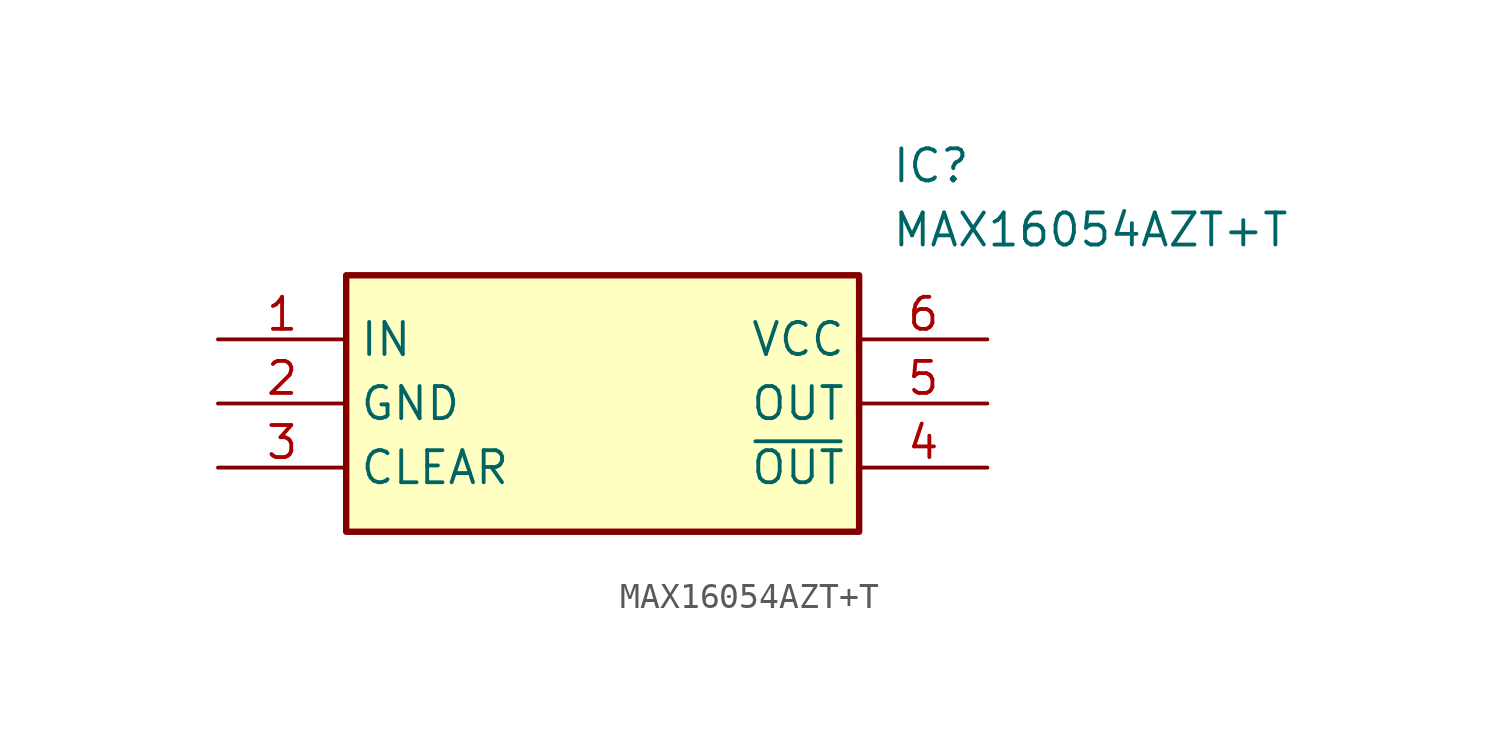
<source format=kicad_sym>
(kicad_symbol_lib
  (version 20211014)
  (generator SamacSys_ECAD_Model)
  (symbol "MAX16054AZT+T"
    (property "Reference" "IC"
      (at 26.67 7.62 0)
      (effects (font (size 1.27 1.27)) (justify left top)))
    (property "Value" "MAX16054AZT+T"
      (at 26.67 5.08 0)
      (effects (font (size 1.27 1.27)) (justify left top)))
    (rectangle
      (start 5.08 2.54)
      (end 25.4 -7.62)
      (stroke (width 0.254) (type default))
      (fill (type background)))
    (pin passive line
      (at 0 0 0)
      (length 5.08)
      (name "IN" (effects (font (size 1.27 1.27))))
      (number "1" (effects (font (size 1.27 1.27)))))
    (pin passive line
      (at 0 -2.54 0)
      (length 5.08)
      (name "GND" (effects (font (size 1.27 1.27))))
      (number "2" (effects (font (size 1.27 1.27)))))
    (pin passive line
      (at 0 -5.08 0)
      (length 5.08)
      (name "CLEAR" (effects (font (size 1.27 1.27))))
      (number "3" (effects (font (size 1.27 1.27)))))
    (pin passive line
      (at 30.48 0 180)
      (length 5.08)
      (name "VCC" (effects (font (size 1.27 1.27))))
      (number "6" (effects (font (size 1.27 1.27)))))
    (pin passive line
      (at 30.48 -2.54 180)
      (length 5.08)
      (name "OUT" (effects (font (size 1.27 1.27))))
      (number "5" (effects (font (size 1.27 1.27)))))
    (pin passive line
      (at 30.48 -5.08 180)
      (length 5.08)
      (name "~{OUT}" (effects (font (size 1.27 1.27))))
      (number "4" (effects (font (size 1.27 1.27)))))))
</source>
